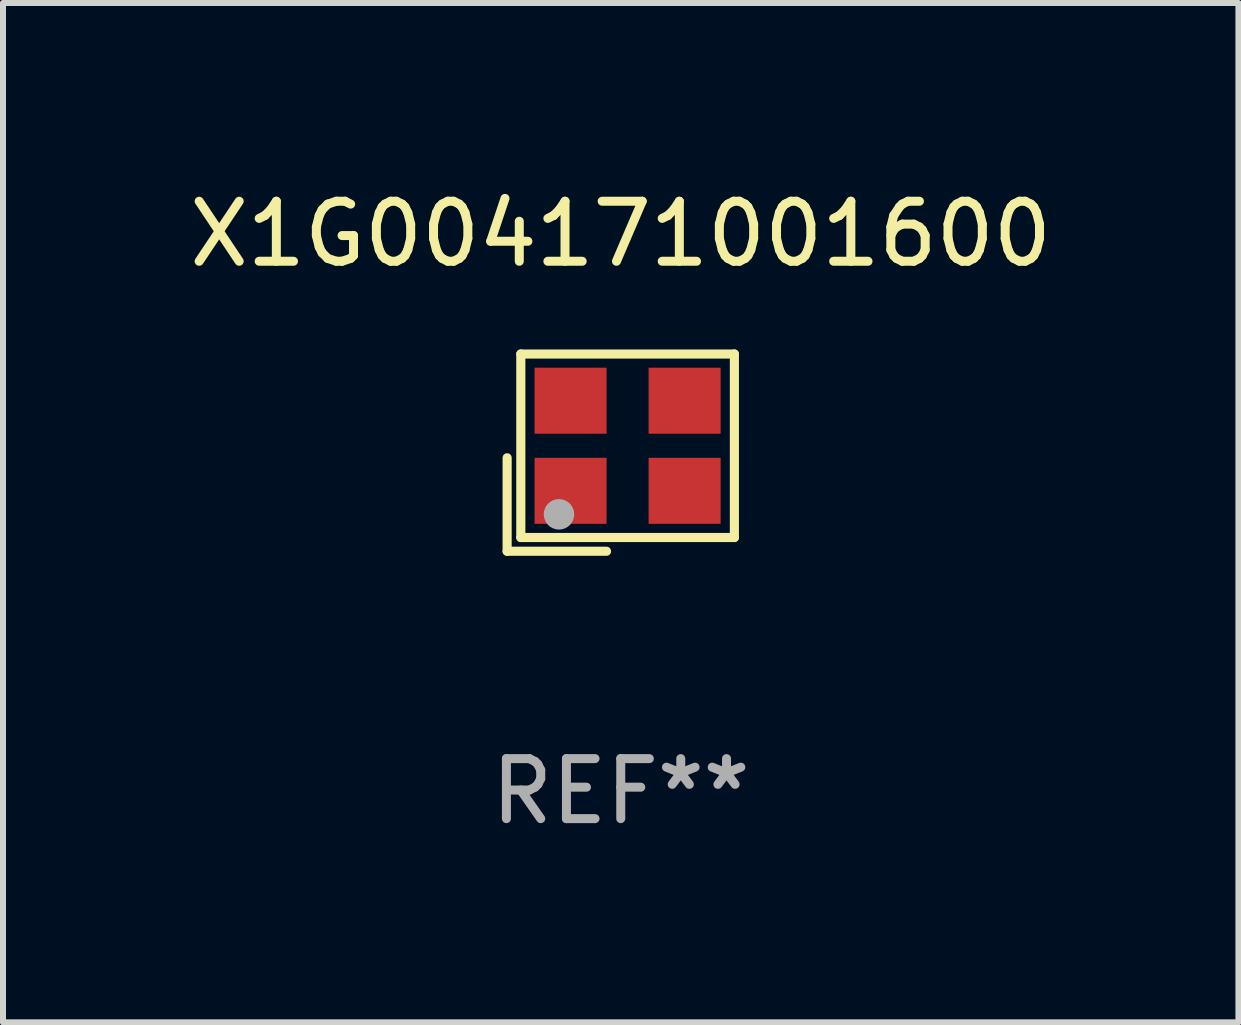
<source format=kicad_pcb>
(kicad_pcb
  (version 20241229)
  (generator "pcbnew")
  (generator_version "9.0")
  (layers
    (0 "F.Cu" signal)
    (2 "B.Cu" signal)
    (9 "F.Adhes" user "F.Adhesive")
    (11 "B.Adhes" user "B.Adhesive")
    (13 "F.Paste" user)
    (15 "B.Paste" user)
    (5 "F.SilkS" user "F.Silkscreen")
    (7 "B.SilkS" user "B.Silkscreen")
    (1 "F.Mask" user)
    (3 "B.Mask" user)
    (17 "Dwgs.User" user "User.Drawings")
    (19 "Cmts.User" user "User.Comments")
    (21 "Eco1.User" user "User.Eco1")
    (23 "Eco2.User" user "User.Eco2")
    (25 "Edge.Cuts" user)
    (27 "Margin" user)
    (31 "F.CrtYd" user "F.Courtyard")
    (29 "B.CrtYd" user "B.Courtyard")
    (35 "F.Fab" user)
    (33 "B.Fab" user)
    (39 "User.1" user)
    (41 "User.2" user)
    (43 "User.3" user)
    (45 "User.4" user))
  (footprint "X1G004171001600"
    (layer "F.Cu")
    (at 7.292 4.491)
    (property "Reference" "X1G004171001600" (at 0 -3.643 0) (layer "F.SilkS") (effects (font (size 1 1) (thickness 0.15))))
    (attr through_hole)
    (fp_line (start -1.893 0.086) (end -1.893 1.643) (stroke (width 0.152) (type solid)) (layer "F.SilkS"))
    (fp_line (start -1.893 1.643) (end -0.237 1.643) (stroke (width 0.152) (type solid)) (layer "F.SilkS"))
    (fp_line (start -1.665 -1.643) (end 1.893 -1.643) (stroke (width 0.152) (type solid)) (layer "F.SilkS"))
    (fp_line (start -1.665 1.414) (end -1.665 -1.643) (stroke (width 0.152) (type solid)) (layer "F.SilkS"))
    (fp_line (start 1.893 -1.643) (end 1.893 1.414) (stroke (width 0.152) (type solid)) (layer "F.SilkS"))
    (fp_line (start 1.893 1.414) (end -1.665 1.414) (stroke (width 0.152) (type solid)) (layer "F.SilkS"))
    (fp_circle (center -1.136 0.885) (end -1.106 0.885) (stroke (width 0.06) (type solid)) (fill no) (layer "F.SilkS"))
    (fp_circle (center -1.029 1.028) (end -0.902 1.028) (stroke (width 0.254) (type solid)) (fill no) (layer "F.Fab"))
    (fp_text user "REF**" (at 0 5.643 0) (layer "F.Fab") (effects (font (size 1 1) (thickness 0.15))))
    (pad "1" smd rect (at -0.836 0.636) (size 1.2 1.1) (layers "F.Cu" "F.Mask" "F.Paste"))
    (pad "2" smd rect (at 1.064 0.636) (size 1.2 1.1) (layers "F.Cu" "F.Mask" "F.Paste"))
    (pad "3" smd rect (at 1.064 -0.865) (size 1.2 1.1) (layers "F.Cu" "F.Mask" "F.Paste"))
    (pad "4" smd rect (at -0.836 -0.865) (size 1.2 1.1) (layers "F.Cu" "F.Mask" "F.Paste")))
  (gr_rect
    (start -3 -3)
    (end 17.583 13.983)
    (stroke (width 0.1) (type default))
    (fill no)
    (layer "Edge.Cuts")))
</source>
